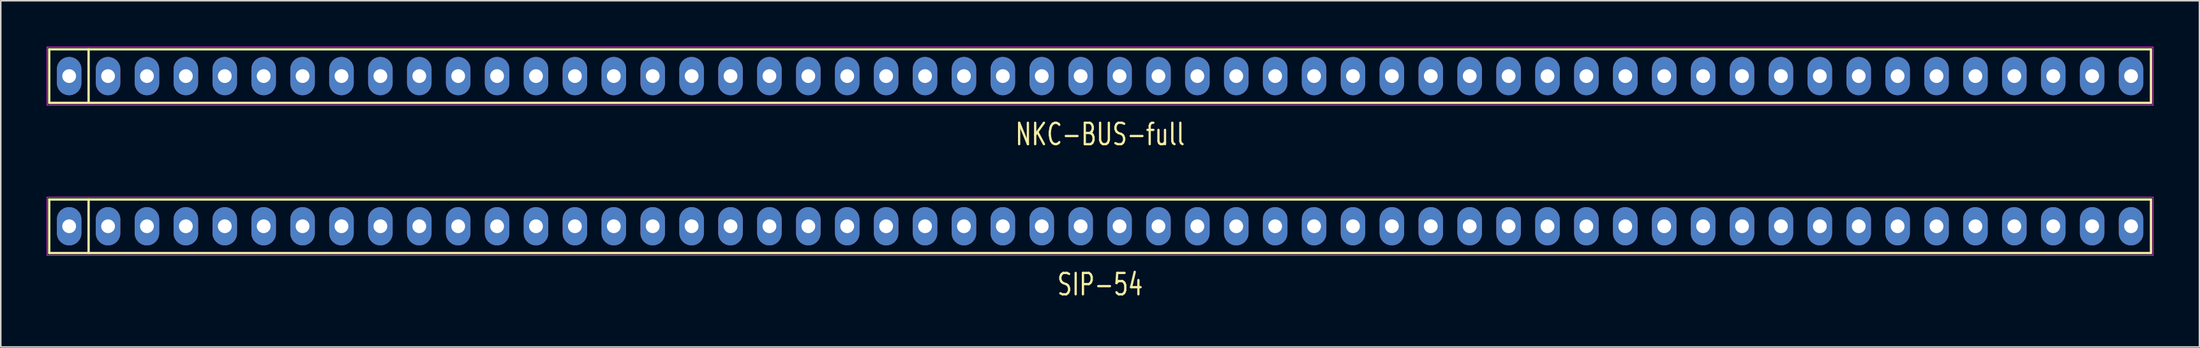
<source format=kicad_pcb>
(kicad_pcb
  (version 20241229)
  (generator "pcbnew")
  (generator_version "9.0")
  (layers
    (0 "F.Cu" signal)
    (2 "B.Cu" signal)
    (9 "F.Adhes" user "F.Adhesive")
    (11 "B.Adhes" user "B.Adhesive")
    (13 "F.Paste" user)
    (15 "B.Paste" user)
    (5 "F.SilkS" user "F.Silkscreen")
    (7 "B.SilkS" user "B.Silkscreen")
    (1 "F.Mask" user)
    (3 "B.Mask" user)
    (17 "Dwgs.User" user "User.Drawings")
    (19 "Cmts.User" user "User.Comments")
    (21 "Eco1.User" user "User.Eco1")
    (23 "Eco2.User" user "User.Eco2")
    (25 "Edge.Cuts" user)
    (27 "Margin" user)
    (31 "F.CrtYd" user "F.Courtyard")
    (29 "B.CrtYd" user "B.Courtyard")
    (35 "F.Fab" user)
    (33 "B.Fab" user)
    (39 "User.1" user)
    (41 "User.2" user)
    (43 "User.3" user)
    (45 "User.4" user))
  (footprint "SIP-54"
    (layer "F.Cu")
    (at 68.775 11.742)
    (property "Reference" "SIP-54" (at 0 3.81 0) (layer "F.SilkS") (effects (font (size 1.4 1) (thickness 0.15))))
    (attr through_hole)
    (fp_line (start -68.61 -1.75) (end 68.61 -1.75) (stroke (width 0.15) (type solid)) (layer "F.SilkS"))
    (fp_line (start -68.61 1.75) (end -68.61 -1.75) (stroke (width 0.15) (type solid)) (layer "F.SilkS"))
    (fp_line (start -66.04 -1.75) (end -66.04 1.75) (stroke (width 0.15) (type solid)) (layer "F.SilkS"))
    (fp_line (start 68.61 -1.75) (end 68.61 1.75) (stroke (width 0.15) (type solid)) (layer "F.SilkS"))
    (fp_line (start 68.61 1.75) (end -68.61 1.75) (stroke (width 0.15) (type solid)) (layer "F.SilkS"))
    (fp_line (start -68.75 -1.9) (end 68.75 -1.9) (stroke (width 0.05) (type solid)) (layer "F.CrtYd"))
    (fp_line (start -68.75 1.9) (end -68.75 -1.9) (stroke (width 0.05) (type solid)) (layer "F.CrtYd"))
    (fp_line (start 68.75 -1.9) (end 68.75 1.9) (stroke (width 0.05) (type solid)) (layer "F.CrtYd"))
    (fp_line (start 68.75 1.9) (end -68.75 1.9) (stroke (width 0.05) (type solid)) (layer "F.CrtYd"))
    (pad "1" thru_hole oval (at -67.31 0) (size 1.6 2.5) (drill 0.9) (layers "*.Cu" "*.Mask"))
    (pad "2" thru_hole oval (at -64.77 0) (size 1.6 2.5) (drill 0.9) (layers "*.Cu" "*.Mask"))
    (pad "3" thru_hole oval (at -62.23 0) (size 1.6 2.5) (drill 0.9) (layers "*.Cu" "*.Mask"))
    (pad "4" thru_hole oval (at -59.69 0) (size 1.6 2.5) (drill 0.9) (layers "*.Cu" "*.Mask"))
    (pad "5" thru_hole oval (at -57.15 0) (size 1.6 2.5) (drill 0.9) (layers "*.Cu" "*.Mask"))
    (pad "6" thru_hole oval (at -54.61 0) (size 1.6 2.5) (drill 0.9) (layers "*.Cu" "*.Mask"))
    (pad "7" thru_hole oval (at -52.07 0) (size 1.6 2.5) (drill 0.9) (layers "*.Cu" "*.Mask"))
    (pad "8" thru_hole oval (at -49.53 0) (size 1.6 2.5) (drill 0.9) (layers "*.Cu" "*.Mask"))
    (pad "9" thru_hole oval (at -46.99 0) (size 1.6 2.5) (drill 0.9) (layers "*.Cu" "*.Mask"))
    (pad "10" thru_hole oval (at -44.45 0) (size 1.6 2.5) (drill 0.9) (layers "*.Cu" "*.Mask"))
    (pad "11" thru_hole oval (at -41.91 0) (size 1.6 2.5) (drill 0.9) (layers "*.Cu" "*.Mask"))
    (pad "12" thru_hole oval (at -39.37 0) (size 1.6 2.5) (drill 0.9) (layers "*.Cu" "*.Mask"))
    (pad "13" thru_hole oval (at -36.83 0) (size 1.6 2.5) (drill 0.9) (layers "*.Cu" "*.Mask"))
    (pad "14" thru_hole oval (at -34.29 0) (size 1.6 2.5) (drill 0.9) (layers "*.Cu" "*.Mask"))
    (pad "15" thru_hole oval (at -31.75 0) (size 1.6 2.5) (drill 0.9) (layers "*.Cu" "*.Mask"))
    (pad "16" thru_hole oval (at -29.21 0) (size 1.6 2.5) (drill 0.9) (layers "*.Cu" "*.Mask"))
    (pad "17" thru_hole oval (at -26.67 0) (size 1.6 2.5) (drill 0.9) (layers "*.Cu" "*.Mask"))
    (pad "18" thru_hole oval (at -24.13 0) (size 1.6 2.5) (drill 0.9) (layers "*.Cu" "*.Mask"))
    (pad "19" thru_hole oval (at -21.59 0) (size 1.6 2.5) (drill 0.9) (layers "*.Cu" "*.Mask"))
    (pad "20" thru_hole oval (at -19.05 0) (size 1.6 2.5) (drill 0.9) (layers "*.Cu" "*.Mask"))
    (pad "21" thru_hole oval (at -16.51 0) (size 1.6 2.5) (drill 0.9) (layers "*.Cu" "*.Mask"))
    (pad "22" thru_hole oval (at -13.97 0) (size 1.6 2.5) (drill 0.9) (layers "*.Cu" "*.Mask"))
    (pad "23" thru_hole oval (at -11.43 0) (size 1.6 2.5) (drill 0.9) (layers "*.Cu" "*.Mask"))
    (pad "24" thru_hole oval (at -8.89 0) (size 1.6 2.5) (drill 0.9) (layers "*.Cu" "*.Mask"))
    (pad "25" thru_hole oval (at -6.35 0) (size 1.6 2.5) (drill 0.9) (layers "*.Cu" "*.Mask"))
    (pad "26" thru_hole oval (at -3.81 0) (size 1.6 2.5) (drill 0.9) (layers "*.Cu" "*.Mask"))
    (pad "27" thru_hole oval (at -1.27 0) (size 1.6 2.5) (drill 0.9) (layers "*.Cu" "*.Mask"))
    (pad "28" thru_hole oval (at 1.27 0) (size 1.6 2.5) (drill 0.9) (layers "*.Cu" "*.Mask"))
    (pad "29" thru_hole oval (at 3.81 0) (size 1.6 2.5) (drill 0.9) (layers "*.Cu" "*.Mask"))
    (pad "30" thru_hole oval (at 6.35 0) (size 1.6 2.5) (drill 0.9) (layers "*.Cu" "*.Mask"))
    (pad "31" thru_hole oval (at 8.89 0) (size 1.6 2.5) (drill 0.9) (layers "*.Cu" "*.Mask"))
    (pad "32" thru_hole oval (at 11.43 0) (size 1.6 2.5) (drill 0.9) (layers "*.Cu" "*.Mask"))
    (pad "33" thru_hole oval (at 13.97 0) (size 1.6 2.5) (drill 0.9) (layers "*.Cu" "*.Mask"))
    (pad "34" thru_hole oval (at 16.51 0) (size 1.6 2.5) (drill 0.9) (layers "*.Cu" "*.Mask"))
    (pad "35" thru_hole oval (at 19.05 0) (size 1.6 2.5) (drill 0.9) (layers "*.Cu" "*.Mask"))
    (pad "36" thru_hole oval (at 21.59 0) (size 1.6 2.5) (drill 0.9) (layers "*.Cu" "*.Mask"))
    (pad "37" thru_hole oval (at 24.13 0) (size 1.6 2.5) (drill 0.9) (layers "*.Cu" "*.Mask"))
    (pad "38" thru_hole oval (at 26.67 0) (size 1.6 2.5) (drill 0.9) (layers "*.Cu" "*.Mask"))
    (pad "39" thru_hole oval (at 29.21 0) (size 1.6 2.5) (drill 0.9) (layers "*.Cu" "*.Mask"))
    (pad "40" thru_hole oval (at 31.75 0) (size 1.6 2.5) (drill 0.9) (layers "*.Cu" "*.Mask"))
    (pad "41" thru_hole oval (at 34.29 0) (size 1.6 2.5) (drill 0.9) (layers "*.Cu" "*.Mask"))
    (pad "42" thru_hole oval (at 36.83 0) (size 1.6 2.5) (drill 0.9) (layers "*.Cu" "*.Mask"))
    (pad "43" thru_hole oval (at 39.37 0) (size 1.6 2.5) (drill 0.9) (layers "*.Cu" "*.Mask"))
    (pad "44" thru_hole oval (at 41.91 0) (size 1.6 2.5) (drill 0.9) (layers "*.Cu" "*.Mask"))
    (pad "45" thru_hole oval (at 44.45 0) (size 1.6 2.5) (drill 0.9) (layers "*.Cu" "*.Mask"))
    (pad "46" thru_hole oval (at 46.99 0) (size 1.6 2.5) (drill 0.9) (layers "*.Cu" "*.Mask"))
    (pad "47" thru_hole oval (at 49.53 0) (size 1.6 2.5) (drill 0.9) (layers "*.Cu" "*.Mask"))
    (pad "48" thru_hole oval (at 52.07 0) (size 1.6 2.5) (drill 0.9) (layers "*.Cu" "*.Mask"))
    (pad "49" thru_hole oval (at 54.61 0) (size 1.6 2.5) (drill 0.9) (layers "*.Cu" "*.Mask"))
    (pad "50" thru_hole oval (at 57.15 0) (size 1.6 2.5) (drill 0.9) (layers "*.Cu" "*.Mask"))
    (pad "51" thru_hole oval (at 59.69 0) (size 1.6 2.5) (drill 0.9) (layers "*.Cu" "*.Mask"))
    (pad "52" thru_hole oval (at 62.23 0) (size 1.6 2.5) (drill 0.9) (layers "*.Cu" "*.Mask"))
    (pad "53" thru_hole oval (at 64.77 0) (size 1.6 2.5) (drill 0.9) (layers "*.Cu" "*.Mask"))
    (pad "54" thru_hole oval (at 67.31 0) (size 1.6 2.5) (drill 0.9) (layers "*.Cu" "*.Mask")))
  (footprint "NKC-BUS-full"
    (layer "F.Cu")
    (at 68.775 1.925)
    (property "Reference" "NKC-BUS-full" (at 0 3.81 0) (layer "F.SilkS") (effects (font (size 1.4 1) (thickness 0.15))))
    (attr through_hole)
    (fp_line (start -68.61 -1.75) (end 68.61 -1.75) (stroke (width 0.15) (type solid)) (layer "F.SilkS"))
    (fp_line (start -68.61 1.75) (end -68.61 -1.75) (stroke (width 0.15) (type solid)) (layer "F.SilkS"))
    (fp_line (start -66.04 -1.75) (end -66.04 1.75) (stroke (width 0.15) (type solid)) (layer "F.SilkS"))
    (fp_line (start 68.61 -1.75) (end 68.61 1.75) (stroke (width 0.15) (type solid)) (layer "F.SilkS"))
    (fp_line (start 68.61 1.75) (end -68.61 1.75) (stroke (width 0.15) (type solid)) (layer "F.SilkS"))
    (fp_line (start -68.75 -1.9) (end 68.75 -1.9) (stroke (width 0.05) (type solid)) (layer "F.CrtYd"))
    (fp_line (start -68.75 1.9) (end -68.75 -1.9) (stroke (width 0.05) (type solid)) (layer "F.CrtYd"))
    (fp_line (start 68.75 -1.9) (end 68.75 1.9) (stroke (width 0.05) (type solid)) (layer "F.CrtYd"))
    (fp_line (start 68.75 1.9) (end -68.75 1.9) (stroke (width 0.05) (type solid)) (layer "F.CrtYd"))
    (pad "1" thru_hole oval (at -67.31 0) (size 1.6 2.5) (drill 0.9) (layers "*.Cu" "*.Mask"))
    (pad "2" thru_hole oval (at -64.77 0) (size 1.6 2.5) (drill 0.9) (layers "*.Cu" "*.Mask"))
    (pad "3" thru_hole oval (at -62.23 0) (size 1.6 2.5) (drill 0.9) (layers "*.Cu" "*.Mask"))
    (pad "4" thru_hole oval (at -59.69 0) (size 1.6 2.5) (drill 0.9) (layers "*.Cu" "*.Mask"))
    (pad "5" thru_hole oval (at -57.15 0) (size 1.6 2.5) (drill 0.9) (layers "*.Cu" "*.Mask"))
    (pad "6" thru_hole oval (at -54.61 0) (size 1.6 2.5) (drill 0.9) (layers "*.Cu" "*.Mask"))
    (pad "7" thru_hole oval (at -52.07 0) (size 1.6 2.5) (drill 0.9) (layers "*.Cu" "*.Mask"))
    (pad "8" thru_hole oval (at -49.53 0) (size 1.6 2.5) (drill 0.9) (layers "*.Cu" "*.Mask"))
    (pad "9" thru_hole oval (at -46.99 0) (size 1.6 2.5) (drill 0.9) (layers "*.Cu" "*.Mask"))
    (pad "10" thru_hole oval (at -44.45 0) (size 1.6 2.5) (drill 0.9) (layers "*.Cu" "*.Mask"))
    (pad "11" thru_hole oval (at -41.91 0) (size 1.6 2.5) (drill 0.9) (layers "*.Cu" "*.Mask"))
    (pad "12" thru_hole oval (at -39.37 0) (size 1.6 2.5) (drill 0.9) (layers "*.Cu" "*.Mask"))
    (pad "13" thru_hole oval (at -36.83 0) (size 1.6 2.5) (drill 0.9) (layers "*.Cu" "*.Mask"))
    (pad "14" thru_hole oval (at -34.29 0) (size 1.6 2.5) (drill 0.9) (layers "*.Cu" "*.Mask"))
    (pad "15" thru_hole oval (at -31.75 0) (size 1.6 2.5) (drill 0.9) (layers "*.Cu" "*.Mask"))
    (pad "16" thru_hole oval (at -29.21 0) (size 1.6 2.5) (drill 0.9) (layers "*.Cu" "*.Mask"))
    (pad "17" thru_hole oval (at -26.67 0) (size 1.6 2.5) (drill 0.9) (layers "*.Cu" "*.Mask"))
    (pad "18" thru_hole oval (at -24.13 0) (size 1.6 2.5) (drill 0.9) (layers "*.Cu" "*.Mask"))
    (pad "19" thru_hole oval (at -21.59 0) (size 1.6 2.5) (drill 0.9) (layers "*.Cu" "*.Mask"))
    (pad "20" thru_hole oval (at -19.05 0) (size 1.6 2.5) (drill 0.9) (layers "*.Cu" "*.Mask"))
    (pad "21" thru_hole oval (at -16.51 0) (size 1.6 2.5) (drill 0.9) (layers "*.Cu" "*.Mask"))
    (pad "22" thru_hole oval (at -13.97 0) (size 1.6 2.5) (drill 0.9) (layers "*.Cu" "*.Mask"))
    (pad "23" thru_hole oval (at -11.43 0) (size 1.6 2.5) (drill 0.9) (layers "*.Cu" "*.Mask"))
    (pad "24" thru_hole oval (at -8.89 0) (size 1.6 2.5) (drill 0.9) (layers "*.Cu" "*.Mask"))
    (pad "25" thru_hole oval (at -6.35 0) (size 1.6 2.5) (drill 0.9) (layers "*.Cu" "*.Mask"))
    (pad "26" thru_hole oval (at -3.81 0) (size 1.6 2.5) (drill 0.9) (layers "*.Cu" "*.Mask"))
    (pad "27" thru_hole oval (at -1.27 0) (size 1.6 2.5) (drill 0.9) (layers "*.Cu" "*.Mask"))
    (pad "28" thru_hole oval (at 1.27 0) (size 1.6 2.5) (drill 0.9) (layers "*.Cu" "*.Mask"))
    (pad "29" thru_hole oval (at 3.81 0) (size 1.6 2.5) (drill 0.9) (layers "*.Cu" "*.Mask"))
    (pad "30" thru_hole oval (at 6.35 0) (size 1.6 2.5) (drill 0.9) (layers "*.Cu" "*.Mask"))
    (pad "31" thru_hole oval (at 8.89 0) (size 1.6 2.5) (drill 0.9) (layers "*.Cu" "*.Mask"))
    (pad "32" thru_hole oval (at 11.43 0) (size 1.6 2.5) (drill 0.9) (layers "*.Cu" "*.Mask"))
    (pad "33" thru_hole oval (at 13.97 0) (size 1.6 2.5) (drill 0.9) (layers "*.Cu" "*.Mask"))
    (pad "34" thru_hole oval (at 16.51 0) (size 1.6 2.5) (drill 0.9) (layers "*.Cu" "*.Mask"))
    (pad "35" thru_hole oval (at 19.05 0) (size 1.6 2.5) (drill 0.9) (layers "*.Cu" "*.Mask"))
    (pad "36" thru_hole oval (at 21.59 0) (size 1.6 2.5) (drill 0.9) (layers "*.Cu" "*.Mask"))
    (pad "37" thru_hole oval (at 24.13 0) (size 1.6 2.5) (drill 0.9) (layers "*.Cu" "*.Mask"))
    (pad "38" thru_hole oval (at 26.67 0) (size 1.6 2.5) (drill 0.9) (layers "*.Cu" "*.Mask"))
    (pad "39" thru_hole oval (at 29.21 0) (size 1.6 2.5) (drill 0.9) (layers "*.Cu" "*.Mask"))
    (pad "40" thru_hole oval (at 31.75 0) (size 1.6 2.5) (drill 0.9) (layers "*.Cu" "*.Mask"))
    (pad "41" thru_hole oval (at 34.29 0) (size 1.6 2.5) (drill 0.9) (layers "*.Cu" "*.Mask"))
    (pad "42" thru_hole oval (at 36.83 0) (size 1.6 2.5) (drill 0.9) (layers "*.Cu" "*.Mask"))
    (pad "43" thru_hole oval (at 39.37 0) (size 1.6 2.5) (drill 0.9) (layers "*.Cu" "*.Mask"))
    (pad "44" thru_hole oval (at 41.91 0) (size 1.6 2.5) (drill 0.9) (layers "*.Cu" "*.Mask"))
    (pad "45" thru_hole oval (at 44.45 0) (size 1.6 2.5) (drill 0.9) (layers "*.Cu" "*.Mask"))
    (pad "46" thru_hole oval (at 46.99 0) (size 1.6 2.5) (drill 0.9) (layers "*.Cu" "*.Mask"))
    (pad "47" thru_hole oval (at 49.53 0) (size 1.6 2.5) (drill 0.9) (layers "*.Cu" "*.Mask"))
    (pad "48" thru_hole oval (at 52.07 0) (size 1.6 2.5) (drill 0.9) (layers "*.Cu" "*.Mask"))
    (pad "49" thru_hole oval (at 54.61 0) (size 1.6 2.5) (drill 0.9) (layers "*.Cu" "*.Mask"))
    (pad "50" thru_hole oval (at 57.15 0) (size 1.6 2.5) (drill 0.9) (layers "*.Cu" "*.Mask"))
    (pad "51" thru_hole oval (at 59.69 0) (size 1.6 2.5) (drill 0.9) (layers "*.Cu" "*.Mask"))
    (pad "52" thru_hole oval (at 62.23 0) (size 1.6 2.5) (drill 0.9) (layers "*.Cu" "*.Mask"))
    (pad "53" thru_hole oval (at 64.77 0) (size 1.6 2.5) (drill 0.9) (layers "*.Cu" "*.Mask"))
    (pad "54" thru_hole oval (at 67.31 0) (size 1.6 2.5) (drill 0.9) (layers "*.Cu" "*.Mask")))
  (gr_rect
    (start -3 -3)
    (end 140.55 19.634)
    (stroke (width 0.1) (type default))
    (fill no)
    (layer "Edge.Cuts")))
</source>
